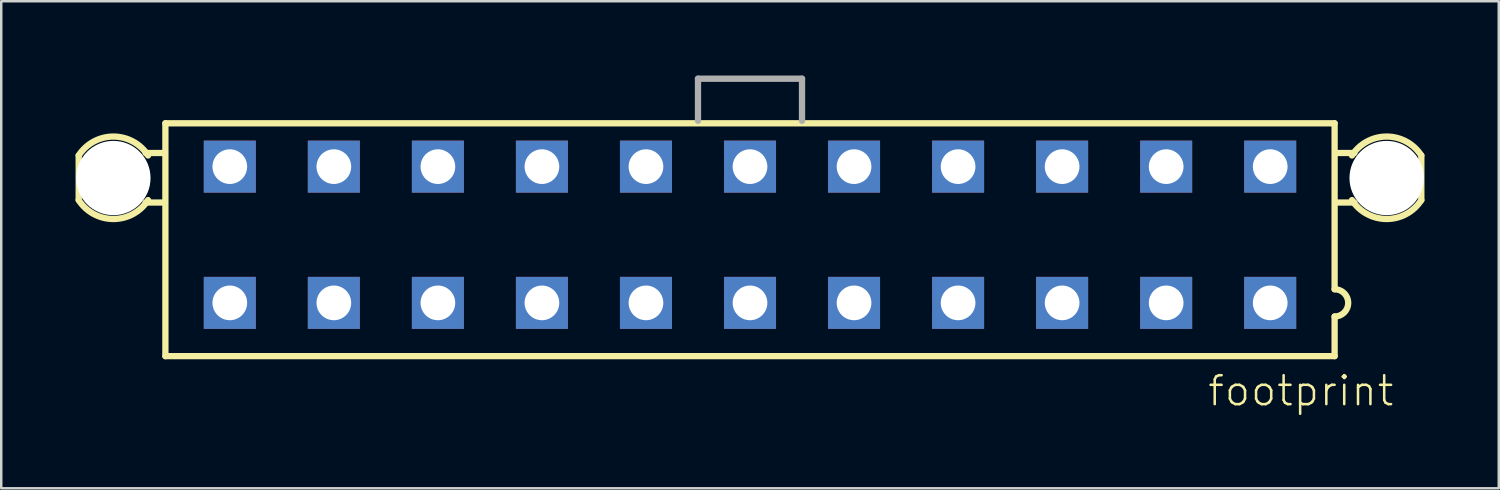
<source format=kicad_pcb>
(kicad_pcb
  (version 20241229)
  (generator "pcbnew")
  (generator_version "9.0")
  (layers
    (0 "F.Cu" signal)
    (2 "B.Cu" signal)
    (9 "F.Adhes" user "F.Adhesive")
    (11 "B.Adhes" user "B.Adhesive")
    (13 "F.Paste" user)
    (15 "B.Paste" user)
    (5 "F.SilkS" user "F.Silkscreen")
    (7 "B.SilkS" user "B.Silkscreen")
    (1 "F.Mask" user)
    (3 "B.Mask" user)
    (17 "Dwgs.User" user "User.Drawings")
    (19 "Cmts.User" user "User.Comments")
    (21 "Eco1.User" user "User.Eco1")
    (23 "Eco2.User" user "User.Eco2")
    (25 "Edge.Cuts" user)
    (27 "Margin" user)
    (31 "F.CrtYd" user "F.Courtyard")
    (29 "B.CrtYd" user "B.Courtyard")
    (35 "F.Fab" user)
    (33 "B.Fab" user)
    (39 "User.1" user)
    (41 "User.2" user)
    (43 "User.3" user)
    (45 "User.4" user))
  (footprint "footprint"
    (layer "F.Cu")
    (at 27.227 6.427)
    (property "Reference" "footprint" (at 18.415 6.985 0) (layer "F.SilkS") (effects (font (size 1.168 1.168) (thickness 0.102)) (justify left bottom)))
    (fp_line (start -27.1 -3.2) (end -27.1 -1.4) (stroke (width 0.254) (type solid)) (layer "F.SilkS"))
    (fp_line (start -24.4 -3.3) (end -23.7 -3.3) (stroke (width 0.254) (type solid)) (layer "F.SilkS"))
    (fp_line (start -24.4 -1.3) (end -23.7 -1.3) (stroke (width 0.254) (type solid)) (layer "F.SilkS"))
    (fp_line (start -23.6 -4.5) (end 23.6 -4.5) (stroke (width 0.254) (type solid)) (layer "F.SilkS"))
    (fp_line (start -23.6 4.9) (end -23.6 -4.5) (stroke (width 0.254) (type solid)) (layer "F.SilkS"))
    (fp_line (start 23.6 -4.5) (end 23.6 2.2) (stroke (width 0.254) (type solid)) (layer "F.SilkS"))
    (fp_line (start 23.6 3.3) (end 23.6 4.9) (stroke (width 0.254) (type solid)) (layer "F.SilkS"))
    (fp_line (start 23.6 4.9) (end -23.6 4.9) (stroke (width 0.254) (type solid)) (layer "F.SilkS"))
    (fp_line (start 24.4 -3.3) (end 23.7 -3.3) (stroke (width 0.254) (type solid)) (layer "F.SilkS"))
    (fp_line (start 24.4 -1.3) (end 23.7 -1.3) (stroke (width 0.254) (type solid)) (layer "F.SilkS"))
    (fp_line (start 27.1 -1.4) (end 27.1 -3.2) (stroke (width 0.254) (type solid)) (layer "F.SilkS"))
    (fp_arc (start -27.1 -3.2) (mid -25.699999 -3.964331) (end -24.299999 -3.199999) (stroke (width 0.254) (type solid)) (layer "F.SilkS"))
    (fp_arc (start -24.3 -1.4) (mid -25.7 -0.635668) (end -27.1 -1.4) (stroke (width 0.254) (type solid)) (layer "F.SilkS"))
    (fp_arc (start 23.6 2.2) (mid 24.15 2.75) (end 23.6 3.3) (stroke (width 0.254) (type solid)) (layer "F.SilkS"))
    (fp_arc (start 24.3 -3.2) (mid 25.700001 -3.964331) (end 27.100001 -3.199999) (stroke (width 0.254) (type solid)) (layer "F.SilkS"))
    (fp_arc (start 27.1 -1.4) (mid 25.7 -0.635668) (end 24.3 -1.4) (stroke (width 0.254) (type solid)) (layer "F.SilkS"))
    (fp_line (start -2.1 -6.3) (end -2.1 -4.6) (stroke (width 0.254) (type solid)) (layer "F.Fab"))
    (fp_line (start -2.1 -6.3) (end 2.1 -6.3) (stroke (width 0.254) (type solid)) (layer "F.Fab"))
    (fp_line (start 2.1 -6.3) (end 2.1 -4.6) (stroke (width 0.254) (type solid)) (layer "F.Fab"))
    (pad "" np_thru_hole circle (at -25.7 -2.29) (size 3 3) (drill 3) (layers "*.Cu" "*.Mask"))
    (pad "" np_thru_hole circle (at 25.7 -2.29) (size 3 3) (drill 3) (layers "*.Cu" "*.Mask"))
    (pad "1" thru_hole rect (at 21 2.75) (size 2.1 2.1) (drill 1.4) (layers "*.Cu" "*.Mask"))
    (pad "2" thru_hole rect (at 16.8 2.75) (size 2.1 2.1) (drill 1.4) (layers "*.Cu" "*.Mask"))
    (pad "3" thru_hole rect (at 12.6 2.75) (size 2.1 2.1) (drill 1.4) (layers "*.Cu" "*.Mask"))
    (pad "4" thru_hole rect (at 8.4 2.75) (size 2.1 2.1) (drill 1.4) (layers "*.Cu" "*.Mask"))
    (pad "5" thru_hole rect (at 4.2 2.75) (size 2.1 2.1) (drill 1.4) (layers "*.Cu" "*.Mask"))
    (pad "6" thru_hole rect (at 0 2.75) (size 2.1 2.1) (drill 1.4) (layers "*.Cu" "*.Mask"))
    (pad "7" thru_hole rect (at -4.2 2.75) (size 2.1 2.1) (drill 1.4) (layers "*.Cu" "*.Mask"))
    (pad "8" thru_hole rect (at -8.4 2.75) (size 2.1 2.1) (drill 1.4) (layers "*.Cu" "*.Mask"))
    (pad "9" thru_hole rect (at -12.6 2.75) (size 2.1 2.1) (drill 1.4) (layers "*.Cu" "*.Mask"))
    (pad "10" thru_hole rect (at -16.8 2.75) (size 2.1 2.1) (drill 1.4) (layers "*.Cu" "*.Mask"))
    (pad "11" thru_hole rect (at -21 2.75) (size 2.1 2.1) (drill 1.4) (layers "*.Cu" "*.Mask"))
    (pad "12" thru_hole rect (at 21 -2.75) (size 2.1 2.1) (drill 1.4) (layers "*.Cu" "*.Mask"))
    (pad "13" thru_hole rect (at 16.8 -2.75) (size 2.1 2.1) (drill 1.4) (layers "*.Cu" "*.Mask"))
    (pad "14" thru_hole rect (at 12.6 -2.75) (size 2.1 2.1) (drill 1.4) (layers "*.Cu" "*.Mask"))
    (pad "15" thru_hole rect (at 8.4 -2.75) (size 2.1 2.1) (drill 1.4) (layers "*.Cu" "*.Mask"))
    (pad "16" thru_hole rect (at 4.2 -2.75) (size 2.1 2.1) (drill 1.4) (layers "*.Cu" "*.Mask"))
    (pad "17" thru_hole rect (at 0 -2.75) (size 2.1 2.1) (drill 1.4) (layers "*.Cu" "*.Mask"))
    (pad "18" thru_hole rect (at -4.2 -2.75) (size 2.1 2.1) (drill 1.4) (layers "*.Cu" "*.Mask"))
    (pad "19" thru_hole rect (at -8.4 -2.75) (size 2.1 2.1) (drill 1.4) (layers "*.Cu" "*.Mask"))
    (pad "20" thru_hole rect (at -12.6 -2.75) (size 2.1 2.1) (drill 1.4) (layers "*.Cu" "*.Mask"))
    (pad "21" thru_hole rect (at -16.8 -2.75) (size 2.1 2.1) (drill 1.4) (layers "*.Cu" "*.Mask"))
    (pad "22" thru_hole rect (at -21 -2.75) (size 2.1 2.1) (drill 1.4) (layers "*.Cu" "*.Mask")))
  (gr_rect
    (start -3 -3)
    (end 57.454 16.662)
    (stroke (width 0.1) (type default))
    (fill no)
    (layer "Edge.Cuts")))
</source>
